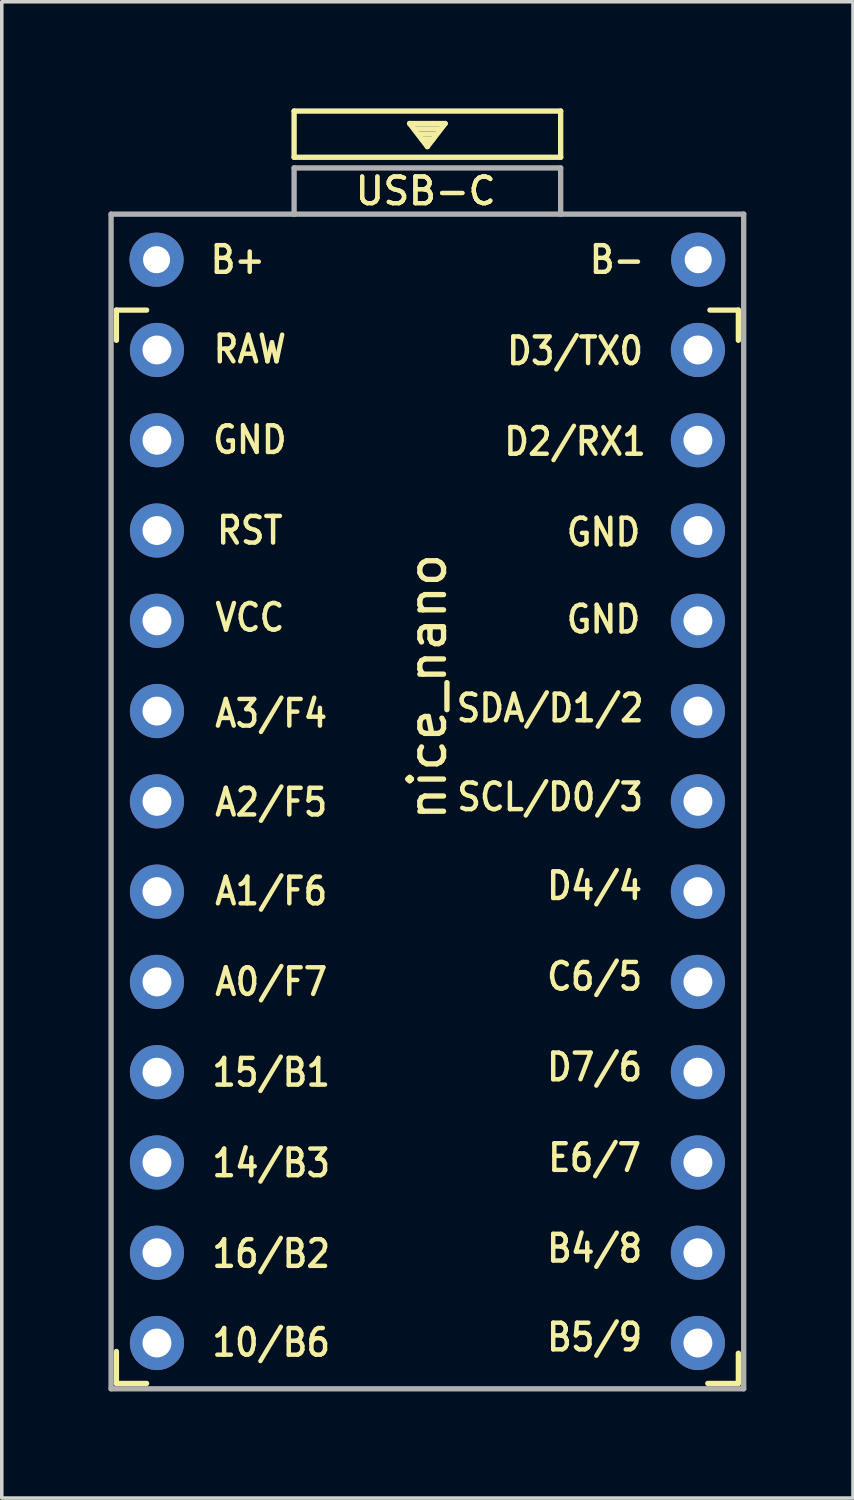
<source format=kicad_pcb>
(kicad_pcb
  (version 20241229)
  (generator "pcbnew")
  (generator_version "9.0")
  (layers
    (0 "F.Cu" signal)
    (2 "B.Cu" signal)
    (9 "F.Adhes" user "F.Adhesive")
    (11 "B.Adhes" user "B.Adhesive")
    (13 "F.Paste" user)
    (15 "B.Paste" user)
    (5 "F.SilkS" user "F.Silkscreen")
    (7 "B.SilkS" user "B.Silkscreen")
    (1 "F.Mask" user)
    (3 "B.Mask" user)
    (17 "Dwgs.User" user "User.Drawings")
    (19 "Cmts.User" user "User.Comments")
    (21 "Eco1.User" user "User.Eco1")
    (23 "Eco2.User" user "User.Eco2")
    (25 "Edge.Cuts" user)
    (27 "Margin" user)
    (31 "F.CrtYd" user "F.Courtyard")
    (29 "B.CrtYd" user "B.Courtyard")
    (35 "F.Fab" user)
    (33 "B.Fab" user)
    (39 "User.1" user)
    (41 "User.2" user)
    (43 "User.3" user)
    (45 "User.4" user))
  (footprint "nice_nano"
    (layer "F.Cu")
    (at 1.355 6.797)
    (property "Reference" "nice_nano" (at 7.62 9.478 270) (layer "F.SilkS") (effects (font (size 1 1) (thickness 0.15))))
    (attr through_hole)
    (fp_line (start -1.13 -1.122) (end -1.13 -0.272) (stroke (width 0.15) (type solid)) (layer "F.SilkS"))
    (fp_line (start -1.13 -1.122) (end -0.28 -1.122) (stroke (width 0.15) (type solid)) (layer "F.SilkS"))
    (fp_line (start -1.13 28.178) (end -1.13 29.078) (stroke (width 0.15) (type solid)) (layer "F.SilkS"))
    (fp_line (start -1.13 29.078) (end -0.28 29.078) (stroke (width 0.15) (type solid)) (layer "F.SilkS"))
    (fp_line (start 3.87 -6.722) (end 3.87 -5.422) (stroke (width 0.15) (type solid)) (layer "F.SilkS"))
    (fp_line (start 3.87 -5.422) (end 11.37 -5.422) (stroke (width 0.15) (type solid)) (layer "F.SilkS"))
    (fp_line (start 7.12 -6.372) (end 8.12 -6.372) (stroke (width 0.15) (type solid)) (layer "F.SilkS"))
    (fp_line (start 7.27 -6.222) (end 7.97 -6.222) (stroke (width 0.15) (type solid)) (layer "F.SilkS"))
    (fp_line (start 7.37 -6.072) (end 7.87 -6.072) (stroke (width 0.15) (type solid)) (layer "F.SilkS"))
    (fp_line (start 7.47 -5.922) (end 7.77 -5.922) (stroke (width 0.15) (type solid)) (layer "F.SilkS"))
    (fp_line (start 7.62 -5.722) (end 7.12 -6.372) (stroke (width 0.15) (type solid)) (layer "F.SilkS"))
    (fp_line (start 8.12 -6.372) (end 7.62 -5.722) (stroke (width 0.15) (type solid)) (layer "F.SilkS"))
    (fp_line (start 11.37 -6.722) (end 3.87 -6.722) (stroke (width 0.15) (type solid)) (layer "F.SilkS"))
    (fp_line (start 11.37 -5.422) (end 11.37 -6.722) (stroke (width 0.15) (type solid)) (layer "F.SilkS"))
    (fp_line (start 16.37 -1.122) (end 15.57 -1.122) (stroke (width 0.15) (type solid)) (layer "F.SilkS"))
    (fp_line (start 16.37 -1.122) (end 16.37 -0.272) (stroke (width 0.15) (type solid)) (layer "F.SilkS"))
    (fp_line (start 16.37 28.228) (end 16.37 29.078) (stroke (width 0.15) (type solid)) (layer "F.SilkS"))
    (fp_line (start 16.37 29.078) (end 15.51 29.078) (stroke (width 0.15) (type solid)) (layer "F.SilkS"))
    (fp_line (start -1.28 -3.822) (end 3.87 -3.822) (stroke (width 0.15) (type solid)) (layer "F.Fab"))
    (fp_line (start -1.28 29.228) (end -1.28 -3.822) (stroke (width 0.15) (type solid)) (layer "F.Fab"))
    (fp_line (start 3.87 -5.122) (end 3.87 -3.821) (stroke (width 0.15) (type solid)) (layer "F.Fab"))
    (fp_line (start 3.87 -5.122) (end 11.37 -5.122) (stroke (width 0.15) (type solid)) (layer "F.Fab"))
    (fp_line (start 3.87 -3.822) (end 11.37 -3.822) (stroke (width 0.15) (type solid)) (layer "F.Fab"))
    (fp_line (start 11.37 -5.122) (end 11.37 -3.822) (stroke (width 0.15) (type solid)) (layer "F.Fab"))
    (fp_line (start 11.38 -3.822) (end 16.52 -3.822) (stroke (width 0.15) (type solid)) (layer "F.Fab"))
    (fp_line (start 16.52 -3.822) (end 16.52 29.228) (stroke (width 0.15) (type solid)) (layer "F.Fab"))
    (fp_line (start 16.52 29.228) (end -1.28 29.228) (stroke (width 0.15) (type solid)) (layer "F.Fab"))
    (fp_text user "A0/F7" (at 3.225 17.778 0) (unlocked yes) (layer "F.SilkS") (effects (font (size 0.75 0.67) (thickness 0.125))))
    (fp_text user "10/B6" (at 3.225 27.928 0) (unlocked yes) (layer "F.SilkS") (effects (font (size 0.75 0.67) (thickness 0.125))))
    (fp_text user "USB-C" (at 7.57 -4.472 0) (layer "F.SilkS") (effects (font (size 0.75 0.75) (thickness 0.12))))
    (fp_text user "B-" (at 12.954 -2.54 0) (layer "F.SilkS") (effects (font (size 0.75 0.67) (thickness 0.125))))
    (fp_text user "16/B2" (at 3.225 25.428 0) (unlocked yes) (layer "F.SilkS") (effects (font (size 0.75 0.67) (thickness 0.125))))
    (fp_text user "SCL/D0/3" (at 11.075 12.578 0) (unlocked yes) (layer "F.SilkS") (effects (font (size 0.75 0.67) (thickness 0.125))))
    (fp_text user "D2/RX1" (at 11.775 2.578 0) (unlocked yes) (layer "F.SilkS") (effects (font (size 0.75 0.67) (thickness 0.125))))
    (fp_text user "GND" (at 12.575 7.578 0) (unlocked yes) (layer "F.SilkS") (effects (font (size 0.75 0.67) (thickness 0.125))))
    (fp_text user "15/B1" (at 3.225 20.328 0) (unlocked yes) (layer "F.SilkS") (effects (font (size 0.75 0.67) (thickness 0.125))))
    (fp_text user "SDA/D1/2" (at 11.075 10.078 0) (unlocked yes) (layer "F.SilkS") (effects (font (size 0.75 0.67) (thickness 0.125))))
    (fp_text user "A2/F5" (at 3.225 12.728 0) (unlocked yes) (layer "F.SilkS") (effects (font (size 0.75 0.67) (thickness 0.125))))
    (fp_text user "D7/6" (at 12.325 20.178 0) (unlocked yes) (layer "F.SilkS") (effects (font (size 0.75 0.67) (thickness 0.125))))
    (fp_text user "RST" (at 2.625 5.078 0) (unlocked yes) (layer "F.SilkS") (effects (font (size 0.75 0.67) (thickness 0.125))))
    (fp_text user "B5/9" (at 12.325 27.778 0) (unlocked yes) (layer "F.SilkS") (effects (font (size 0.75 0.67) (thickness 0.125))))
    (fp_text user "A1/F6" (at 3.225 15.228 0) (unlocked yes) (layer "F.SilkS") (effects (font (size 0.75 0.67) (thickness 0.125))))
    (fp_text user "B4/8" (at 12.325 25.278 0) (unlocked yes) (layer "F.SilkS") (effects (font (size 0.75 0.67) (thickness 0.125))))
    (fp_text user "GND" (at 12.575 5.128 0) (unlocked yes) (layer "F.SilkS") (effects (font (size 0.75 0.67) (thickness 0.125))))
    (fp_text user "D4/4" (at 12.325 15.078 0) (unlocked yes) (layer "F.SilkS") (effects (font (size 0.75 0.67) (thickness 0.125))))
    (fp_text user "VCC" (at 2.625 7.528 0) (unlocked yes) (layer "F.SilkS") (effects (font (size 0.75 0.67) (thickness 0.125))))
    (fp_text user "D3/TX0" (at 11.775 0.028 0) (unlocked yes) (layer "F.SilkS") (effects (font (size 0.75 0.67) (thickness 0.125))))
    (fp_text user "C6/5" (at 12.325 17.628 0) (unlocked yes) (layer "F.SilkS") (effects (font (size 0.75 0.67) (thickness 0.125))))
    (fp_text user "14/B3" (at 3.225 22.878 0) (unlocked yes) (layer "F.SilkS") (effects (font (size 0.75 0.67) (thickness 0.125))))
    (fp_text user "RAW" (at 2.625 -0.022 0) (unlocked yes) (layer "F.SilkS") (effects (font (size 0.75 0.67) (thickness 0.125))))
    (fp_text user "A3/F4" (at 3.225 10.228 0) (unlocked yes) (layer "F.SilkS") (effects (font (size 0.75 0.67) (thickness 0.125))))
    (fp_text user "GND" (at 2.625 2.528 0) (unlocked yes) (layer "F.SilkS") (effects (font (size 0.75 0.67) (thickness 0.125))))
    (fp_text user "B+" (at 2.286 -2.54 0) (layer "F.SilkS") (effects (font (size 0.75 0.67) (thickness 0.125))))
    (fp_text user "E6/7" (at 12.325 22.728 0) (unlocked yes) (layer "F.SilkS") (effects (font (size 0.75 0.67) (thickness 0.125))))
    (fp_text user "USB-C" (at 7.57 -4.472 0) (layer "F.SilkS") (effects (font (size 0.75 0.75) (thickness 0.12))))
    (pad "1" thru_hole circle (at 15.231 0) (size 1.524 1.524) (drill 0.813) (layers "*.Cu" "B.Mask"))
    (pad "2" thru_hole circle (at 15.231 2.54) (size 1.524 1.524) (drill 0.813) (layers "*.Cu" "B.Mask"))
    (pad "3" thru_hole circle (at 15.231 5.08) (size 1.524 1.524) (drill 0.813) (layers "*.Cu" "B.Mask"))
    (pad "4" thru_hole circle (at 15.231 7.62) (size 1.524 1.524) (drill 0.813) (layers "*.Cu" "B.Mask"))
    (pad "5" thru_hole circle (at 15.231 10.16) (size 1.524 1.524) (drill 0.813) (layers "*.Cu" "B.Mask"))
    (pad "6" thru_hole circle (at 15.231 12.7) (size 1.524 1.524) (drill 0.813) (layers "*.Cu" "B.Mask"))
    (pad "7" thru_hole circle (at 15.231 15.24) (size 1.524 1.524) (drill 0.813) (layers "*.Cu" "B.Mask"))
    (pad "8" thru_hole circle (at 15.231 17.78) (size 1.524 1.524) (drill 0.813) (layers "*.Cu" "B.Mask"))
    (pad "9" thru_hole circle (at 15.231 20.32) (size 1.524 1.524) (drill 0.813) (layers "*.Cu" "B.Mask"))
    (pad "10" thru_hole circle (at 15.231 22.86) (size 1.524 1.524) (drill 0.813) (layers "*.Cu" "B.Mask"))
    (pad "11" thru_hole circle (at 15.231 25.4) (size 1.524 1.524) (drill 0.813) (layers "*.Cu" "B.Mask"))
    (pad "12" thru_hole circle (at 15.231 27.94) (size 1.524 1.524) (drill 0.813) (layers "*.Cu" "B.Mask"))
    (pad "13" thru_hole circle (at 0.011 27.94) (size 1.524 1.524) (drill 0.813) (layers "*.Cu" "B.Mask"))
    (pad "14" thru_hole circle (at 0.011 25.4) (size 1.524 1.524) (drill 0.813) (layers "*.Cu" "B.Mask"))
    (pad "15" thru_hole circle (at 0.011 22.86) (size 1.524 1.524) (drill 0.813) (layers "*.Cu" "B.Mask"))
    (pad "16" thru_hole circle (at 0.011 20.32) (size 1.524 1.524) (drill 0.813) (layers "*.Cu" "B.Mask"))
    (pad "17" thru_hole circle (at 0.011 17.78) (size 1.524 1.524) (drill 0.813) (layers "*.Cu" "B.Mask"))
    (pad "18" thru_hole circle (at 0.011 15.24) (size 1.524 1.524) (drill 0.813) (layers "*.Cu" "B.Mask"))
    (pad "19" thru_hole circle (at 0.011 12.7) (size 1.524 1.524) (drill 0.813) (layers "*.Cu" "B.Mask"))
    (pad "20" thru_hole circle (at 0.011 10.16) (size 1.524 1.524) (drill 0.813) (layers "*.Cu" "B.Mask"))
    (pad "21" thru_hole circle (at 0.011 7.62) (size 1.524 1.524) (drill 0.813) (layers "*.Cu" "B.Mask"))
    (pad "22" thru_hole circle (at 0.011 5.08) (size 1.524 1.524) (drill 0.813) (layers "*.Cu" "B.Mask"))
    (pad "23" thru_hole circle (at 0.011 2.54) (size 1.524 1.524) (drill 0.813) (layers "*.Cu" "B.Mask"))
    (pad "24" thru_hole circle (at 0.011 0) (size 1.524 1.524) (drill 0.813) (layers "*.Cu" "B.Mask"))
    (pad "26" thru_hole circle (at 0 -2.54) (size 1.524 1.524) (drill 0.762) (layers "*.Cu" "*.Mask"))
    (pad "27" thru_hole circle (at 15.24 -2.54) (size 1.524 1.524) (drill 0.762) (layers "*.Cu" "*.Mask")))
  (gr_rect
    (start -3 -3)
    (end 20.95 39.1)
    (stroke (width 0.1) (type default))
    (fill no)
    (layer "Edge.Cuts")))
</source>
